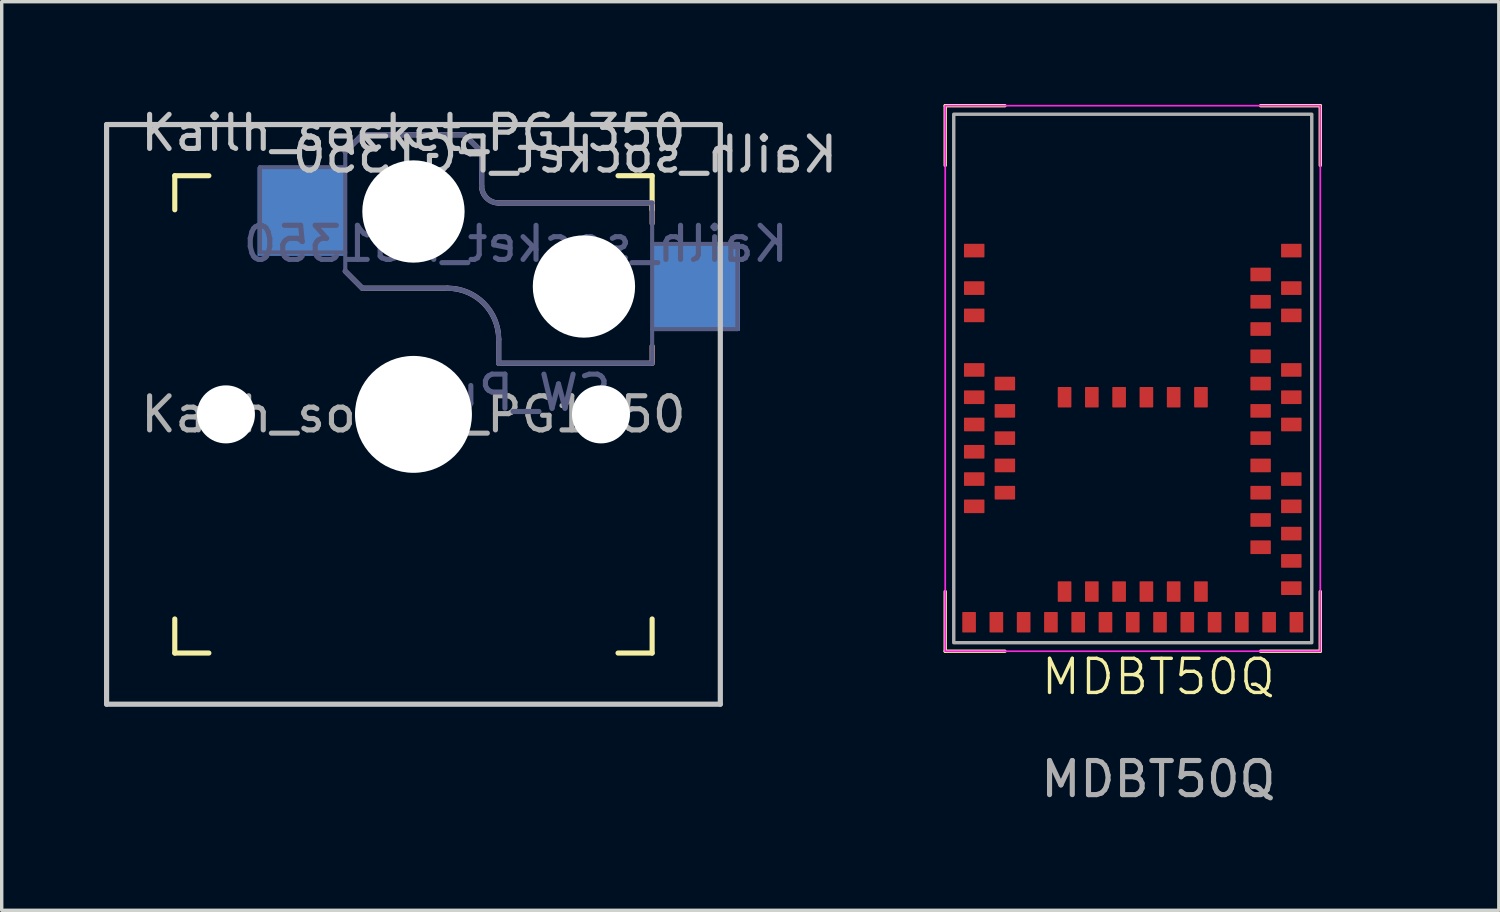
<source format=kicad_pcb>
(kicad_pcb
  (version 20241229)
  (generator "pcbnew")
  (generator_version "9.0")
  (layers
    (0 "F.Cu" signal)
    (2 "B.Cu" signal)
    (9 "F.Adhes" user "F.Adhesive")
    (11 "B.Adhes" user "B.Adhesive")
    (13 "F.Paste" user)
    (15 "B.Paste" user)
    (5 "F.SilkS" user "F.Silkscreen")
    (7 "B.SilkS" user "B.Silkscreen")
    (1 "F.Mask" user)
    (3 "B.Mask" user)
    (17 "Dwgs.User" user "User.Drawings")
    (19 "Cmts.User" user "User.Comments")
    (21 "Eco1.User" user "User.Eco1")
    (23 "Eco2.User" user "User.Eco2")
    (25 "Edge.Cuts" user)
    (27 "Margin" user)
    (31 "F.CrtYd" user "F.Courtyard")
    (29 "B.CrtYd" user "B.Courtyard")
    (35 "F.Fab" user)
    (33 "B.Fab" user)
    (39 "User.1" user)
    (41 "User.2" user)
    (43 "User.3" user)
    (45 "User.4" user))
  (footprint "MDBT50Q"
    (layer "F.Cu")
    (at 24.922 15.8)
    (property "Reference" "MDBT50Q" (at 6 1 0) (unlocked yes) (layer "F.SilkS") (effects (font (size 1 1) (thickness 0.1))))
    (attr smd)
    (fp_line (start -0.25 -15.75) (end -0.25 -14) (stroke (width 0.1) (type default)) (layer "F.SilkS"))
    (fp_line (start -0.25 -1.5) (end -0.25 0.25) (stroke (width 0.1) (type default)) (layer "F.SilkS"))
    (fp_line (start -0.25 0.25) (end 1.5 0.25) (stroke (width 0.1) (type default)) (layer "F.SilkS"))
    (fp_line (start 1.5 -15.75) (end -0.25 -15.75) (stroke (width 0.1) (type default)) (layer "F.SilkS"))
    (fp_line (start 9 -15.75) (end 10.75 -15.75) (stroke (width 0.1) (type default)) (layer "F.SilkS"))
    (fp_line (start 10.75 -15.75) (end 10.75 -14) (stroke (width 0.1) (type default)) (layer "F.SilkS"))
    (fp_line (start 10.75 -1.5) (end 10.75 0.25) (stroke (width 0.1) (type default)) (layer "F.SilkS"))
    (fp_line (start 10.75 0.25) (end 9 0.25) (stroke (width 0.1) (type default)) (layer "F.SilkS"))
    (fp_rect (start -0.25 -15.75) (end 10.75 0.25) (stroke (width 0.05) (type default)) (fill no) (layer "F.CrtYd"))
    (fp_rect (start 0 -15.5) (end 10.5 0) (stroke (width 0.1) (type solid)) (fill no) (layer "F.Fab"))
    (fp_rect (start 2.95 -11.7) (end 4.55 -10.5) (stroke (width 0.1) (type solid)) (fill no) (layer "User.1"))
    (fp_text user "${REFERENCE}" (at 6 4 0) (unlocked yes) (layer "F.Fab") (effects (font (size 1 1) (thickness 0.15))))
    (fp_text user "Toplayer no ground plane" (at 3 -9.5 0) (unlocked yes) (layer "User.1") (effects (font (size 0.5 0.5) (thickness 0.1)) (justify left bottom)))
    (pad "1" smd roundrect (at 0.6 -11.5 180) (size 0.6 0.4) (layers "F.Cu" "F.Mask" "F.Paste") (roundrect_rratio 0.05))
    (pad "2" smd roundrect (at 0.6 -10.4 180) (size 0.6 0.4) (layers "F.Cu" "F.Mask" "F.Paste") (roundrect_rratio 0.05))
    (pad "3" smd roundrect (at 0.6 -9.6 180) (size 0.6 0.4) (layers "F.Cu" "F.Mask" "F.Paste") (roundrect_rratio 0.05))
    (pad "4" smd roundrect (at 0.6 -8 180) (size 0.6 0.4) (layers "F.Cu" "F.Mask" "F.Paste") (roundrect_rratio 0.05))
    (pad "5" smd roundrect (at 1.5 -7.6 180) (size 0.6 0.4) (layers "F.Cu" "F.Mask" "F.Paste") (roundrect_rratio 0.05))
    (pad "6" smd roundrect (at 0.6 -7.2 180) (size 0.6 0.4) (layers "F.Cu" "F.Mask" "F.Paste") (roundrect_rratio 0.05))
    (pad "7" smd roundrect (at 1.5 -6.8 180) (size 0.6 0.4) (layers "F.Cu" "F.Mask" "F.Paste") (roundrect_rratio 0.05))
    (pad "8" smd roundrect (at 0.6 -6.4 180) (size 0.6 0.4) (layers "F.Cu" "F.Mask" "F.Paste") (roundrect_rratio 0.05))
    (pad "9" smd roundrect (at 1.5 -6 180) (size 0.6 0.4) (layers "F.Cu" "F.Mask" "F.Paste") (roundrect_rratio 0.05))
    (pad "10" smd roundrect (at 0.6 -5.6 180) (size 0.6 0.4) (layers "F.Cu" "F.Mask" "F.Paste") (roundrect_rratio 0.05))
    (pad "11" smd roundrect (at 1.5 -5.2 180) (size 0.6 0.4) (layers "F.Cu" "F.Mask" "F.Paste") (roundrect_rratio 0.05))
    (pad "12" smd roundrect (at 0.6 -4.8 180) (size 0.6 0.4) (layers "F.Cu" "F.Mask" "F.Paste") (roundrect_rratio 0.05))
    (pad "13" smd roundrect (at 1.5 -4.4 180) (size 0.6 0.4) (layers "F.Cu" "F.Mask" "F.Paste") (roundrect_rratio 0.05))
    (pad "14" smd roundrect (at 0.6 -4 180) (size 0.6 0.4) (layers "F.Cu" "F.Mask" "F.Paste") (roundrect_rratio 0.05))
    (pad "15" smd roundrect (at 0.45 -0.6 90) (size 0.6 0.4) (layers "F.Cu" "F.Mask" "F.Paste") (roundrect_rratio 0.05))
    (pad "16" smd roundrect (at 1.25 -0.6 90) (size 0.6 0.4) (layers "F.Cu" "F.Mask" "F.Paste") (roundrect_rratio 0.05))
    (pad "17" smd roundrect (at 2.05 -0.6 90) (size 0.6 0.4) (layers "F.Cu" "F.Mask" "F.Paste") (roundrect_rratio 0.05))
    (pad "18" smd roundrect (at 2.85 -0.6 90) (size 0.6 0.4) (layers "F.Cu" "F.Mask" "F.Paste") (roundrect_rratio 0.05))
    (pad "19" smd roundrect (at 3.25 -1.5 90) (size 0.6 0.4) (layers "F.Cu" "F.Mask" "F.Paste") (roundrect_rratio 0.05))
    (pad "20" smd roundrect (at 3.65 -0.6 90) (size 0.6 0.4) (layers "F.Cu" "F.Mask" "F.Paste") (roundrect_rratio 0.05))
    (pad "21" smd roundrect (at 4.05 -1.5 90) (size 0.6 0.4) (layers "F.Cu" "F.Mask" "F.Paste") (roundrect_rratio 0.05))
    (pad "22" smd roundrect (at 4.45 -0.6 90) (size 0.6 0.4) (layers "F.Cu" "F.Mask" "F.Paste") (roundrect_rratio 0.05))
    (pad "23" smd roundrect (at 4.85 -1.5 90) (size 0.6 0.4) (layers "F.Cu" "F.Mask" "F.Paste") (roundrect_rratio 0.05))
    (pad "24" smd roundrect (at 5.25 -0.6 90) (size 0.6 0.4) (layers "F.Cu" "F.Mask" "F.Paste") (roundrect_rratio 0.05))
    (pad "25" smd roundrect (at 5.65 -1.5 90) (size 0.6 0.4) (layers "F.Cu" "F.Mask" "F.Paste") (roundrect_rratio 0.05))
    (pad "26" smd roundrect (at 6.05 -0.6 90) (size 0.6 0.4) (layers "F.Cu" "F.Mask" "F.Paste") (roundrect_rratio 0.05))
    (pad "27" smd roundrect (at 6.45 -1.5 90) (size 0.6 0.4) (layers "F.Cu" "F.Mask" "F.Paste") (roundrect_rratio 0.05))
    (pad "28" smd roundrect (at 6.85 -0.6 90) (size 0.6 0.4) (layers "F.Cu" "F.Mask" "F.Paste") (roundrect_rratio 0.05))
    (pad "29" smd roundrect (at 7.25 -1.5 90) (size 0.6 0.4) (layers "F.Cu" "F.Mask" "F.Paste") (roundrect_rratio 0.05))
    (pad "30" smd roundrect (at 7.65 -0.6 90) (size 0.6 0.4) (layers "F.Cu" "F.Mask" "F.Paste") (roundrect_rratio 0.05))
    (pad "31" smd roundrect (at 8.45 -0.6 90) (size 0.6 0.4) (layers "F.Cu" "F.Mask" "F.Paste") (roundrect_rratio 0.05))
    (pad "32" smd roundrect (at 9.25 -0.6 90) (size 0.6 0.4) (layers "F.Cu" "F.Mask" "F.Paste") (roundrect_rratio 0.05))
    (pad "33" smd roundrect (at 10.05 -0.6 90) (size 0.6 0.4) (layers "F.Cu" "F.Mask" "F.Paste") (roundrect_rratio 0.05))
    (pad "34" smd roundrect (at 9.9 -1.6 180) (size 0.6 0.4) (layers "F.Cu" "F.Mask" "F.Paste") (roundrect_rratio 0.05))
    (pad "35" smd roundrect (at 9.9 -2.4 180) (size 0.6 0.4) (layers "F.Cu" "F.Mask" "F.Paste") (roundrect_rratio 0.05))
    (pad "36" smd roundrect (at 9 -2.8 180) (size 0.6 0.4) (layers "F.Cu" "F.Mask" "F.Paste") (roundrect_rratio 0.05))
    (pad "37" smd roundrect (at 9.9 -3.2 180) (size 0.6 0.4) (layers "F.Cu" "F.Mask" "F.Paste") (roundrect_rratio 0.05))
    (pad "38" smd roundrect (at 9 -3.6 180) (size 0.6 0.4) (layers "F.Cu" "F.Mask" "F.Paste") (roundrect_rratio 0.05))
    (pad "39" smd roundrect (at 9.9 -4 180) (size 0.6 0.4) (layers "F.Cu" "F.Mask" "F.Paste") (roundrect_rratio 0.05))
    (pad "40" smd roundrect (at 9 -4.4 180) (size 0.6 0.4) (layers "F.Cu" "F.Mask" "F.Paste") (roundrect_rratio 0.05))
    (pad "41" smd roundrect (at 9.9 -4.8 180) (size 0.6 0.4) (layers "F.Cu" "F.Mask" "F.Paste") (roundrect_rratio 0.05))
    (pad "42" smd roundrect (at 9 -5.2 180) (size 0.6 0.4) (layers "F.Cu" "F.Mask" "F.Paste") (roundrect_rratio 0.05))
    (pad "43" smd roundrect (at 9 -6 180) (size 0.6 0.4) (layers "F.Cu" "F.Mask" "F.Paste") (roundrect_rratio 0.05))
    (pad "44" smd roundrect (at 9.9 -6.4 180) (size 0.6 0.4) (layers "F.Cu" "F.Mask" "F.Paste") (roundrect_rratio 0.05))
    (pad "45" smd roundrect (at 9 -6.8 180) (size 0.6 0.4) (layers "F.Cu" "F.Mask" "F.Paste") (roundrect_rratio 0.05))
    (pad "46" smd roundrect (at 9.9 -7.2 180) (size 0.6 0.4) (layers "F.Cu" "F.Mask" "F.Paste") (roundrect_rratio 0.05))
    (pad "47" smd roundrect (at 9 -7.6 180) (size 0.6 0.4) (layers "F.Cu" "F.Mask" "F.Paste") (roundrect_rratio 0.05))
    (pad "48" smd roundrect (at 9.9 -8 180) (size 0.6 0.4) (layers "F.Cu" "F.Mask" "F.Paste") (roundrect_rratio 0.05))
    (pad "49" smd roundrect (at 9 -8.4 180) (size 0.6 0.4) (layers "F.Cu" "F.Mask" "F.Paste") (roundrect_rratio 0.05))
    (pad "50" smd roundrect (at 9 -9.2 180) (size 0.6 0.4) (layers "F.Cu" "F.Mask" "F.Paste") (roundrect_rratio 0.05))
    (pad "51" smd roundrect (at 9.9 -9.6 180) (size 0.6 0.4) (layers "F.Cu" "F.Mask" "F.Paste") (roundrect_rratio 0.05))
    (pad "52" smd roundrect (at 9 -10 180) (size 0.6 0.4) (layers "F.Cu" "F.Mask" "F.Paste") (roundrect_rratio 0.05))
    (pad "53" smd roundrect (at 9.9 -10.4 180) (size 0.6 0.4) (layers "F.Cu" "F.Mask" "F.Paste") (roundrect_rratio 0.05))
    (pad "54" smd roundrect (at 9 -10.8 180) (size 0.6 0.4) (layers "F.Cu" "F.Mask" "F.Paste") (roundrect_rratio 0.05))
    (pad "55" smd roundrect (at 9.9 -11.5 180) (size 0.6 0.4) (layers "F.Cu" "F.Mask" "F.Paste") (roundrect_rratio 0.05))
    (pad "56" smd roundrect (at 3.25 -7.2 90) (size 0.6 0.4) (layers "F.Cu" "F.Mask" "F.Paste") (roundrect_rratio 0.05))
    (pad "57" smd roundrect (at 4.05 -7.2 90) (size 0.6 0.4) (layers "F.Cu" "F.Mask" "F.Paste") (roundrect_rratio 0.05))
    (pad "58" smd roundrect (at 4.85 -7.2 90) (size 0.6 0.4) (layers "F.Cu" "F.Mask" "F.Paste") (roundrect_rratio 0.05))
    (pad "59" smd roundrect (at 5.65 -7.2 90) (size 0.6 0.4) (layers "F.Cu" "F.Mask" "F.Paste") (roundrect_rratio 0.05))
    (pad "60" smd roundrect (at 6.45 -7.2 90) (size 0.6 0.4) (layers "F.Cu" "F.Mask" "F.Paste") (roundrect_rratio 0.05))
    (pad "61" smd roundrect (at 7.25 -7.2 90) (size 0.6 0.4) (layers "F.Cu" "F.Mask" "F.Paste") (roundrect_rratio 0.05)))
  (footprint "Kailh_socket_PG1350"
    (layer "F.Cu")
    (at 9.076 9.103)
    (property "Reference" "Kailh_socket_PG1350" (at 0 -8.255 0) (layer "Dwgs.User") (effects (font (size 1 1) (thickness 0.15))))
    (property "Value" "SW_Push" (at 0 8.25 0) (layer "F.Fab") (hide yes) (effects (font (size 1 1) (thickness 0.15))))
    (attr through_hole)
    (fp_line (start -7 -6) (end -7 -7) (stroke (width 0.15) (type solid)) (layer "F.SilkS"))
    (fp_line (start -7 7) (end -7 6) (stroke (width 0.15) (type solid)) (layer "F.SilkS"))
    (fp_line (start -7 7) (end -6 7) (stroke (width 0.15) (type solid)) (layer "F.SilkS"))
    (fp_line (start -6 -7) (end -7 -7) (stroke (width 0.15) (type solid)) (layer "F.SilkS"))
    (fp_line (start 6 7) (end 7 7) (stroke (width 0.15) (type solid)) (layer "F.SilkS"))
    (fp_line (start 7 -7) (end 6 -7) (stroke (width 0.15) (type solid)) (layer "F.SilkS"))
    (fp_line (start 7 -7) (end 7 -6) (stroke (width 0.15) (type solid)) (layer "F.SilkS"))
    (fp_line (start 7 6) (end 7 7) (stroke (width 0.15) (type solid)) (layer "F.SilkS"))
    (fp_line (start -2 -7.7) (end -1.5 -8.2) (stroke (width 0.15) (type solid)) (layer "B.SilkS"))
    (fp_line (start -2 -4.2) (end -1.5 -3.7) (stroke (width 0.15) (type solid)) (layer "B.SilkS"))
    (fp_line (start -1.5 -8.2) (end 1.5 -8.2) (stroke (width 0.15) (type solid)) (layer "B.SilkS"))
    (fp_line (start -1.5 -3.7) (end 1 -3.7) (stroke (width 0.15) (type solid)) (layer "B.SilkS"))
    (fp_line (start 1.5 -8.2) (end 2 -7.7) (stroke (width 0.15) (type solid)) (layer "B.SilkS"))
    (fp_line (start 2 -6.7) (end 2 -7.7) (stroke (width 0.15) (type solid)) (layer "B.SilkS"))
    (fp_line (start 2.5 -2.2) (end 2.5 -1.5) (stroke (width 0.15) (type solid)) (layer "B.SilkS"))
    (fp_line (start 2.5 -1.5) (end 7 -1.5) (stroke (width 0.15) (type solid)) (layer "B.SilkS"))
    (fp_line (start 7 -6.2) (end 2.5 -6.2) (stroke (width 0.15) (type solid)) (layer "B.SilkS"))
    (fp_line (start 7 -5.6) (end 7 -6.2) (stroke (width 0.15) (type solid)) (layer "B.SilkS"))
    (fp_line (start 7 -1.5) (end 7 -2) (stroke (width 0.15) (type solid)) (layer "B.SilkS"))
    (fp_arc (start 1 -3.7) (mid 2.06066 -3.26066) (end 2.5 -2.2) (stroke (width 0.15) (type solid)) (layer "B.SilkS"))
    (fp_arc (start 2.5 -6.2) (mid 2.146447 -6.346447) (end 2 -6.7) (stroke (width 0.15) (type solid)) (layer "B.SilkS"))
    (fp_line (start -9 -8.5) (end 9 -8.5) (stroke (width 0.152) (type solid)) (layer "Dwgs.User"))
    (fp_line (start -9 8.5) (end -9 -8.5) (stroke (width 0.152) (type solid)) (layer "Dwgs.User"))
    (fp_line (start 9 -8.5) (end 9 8.5) (stroke (width 0.152) (type solid)) (layer "Dwgs.User"))
    (fp_line (start 9 8.5) (end -9 8.5) (stroke (width 0.152) (type solid)) (layer "Dwgs.User"))
    (fp_line (start -6.9 6.9) (end -6.9 -6.9) (stroke (width 0.15) (type solid)) (layer "Eco2.User"))
    (fp_line (start -6.9 6.9) (end 6.9 6.9) (stroke (width 0.15) (type solid)) (layer "Eco2.User"))
    (fp_line (start -2.6 3.1) (end 2.6 3.1) (stroke (width 0.15) (type solid)) (layer "Eco2.User"))
    (fp_line (start -2.6 6.3) (end -2.6 3.1) (stroke (width 0.15) (type solid)) (layer "Eco2.User"))
    (fp_line (start 2.6 6.3) (end -2.6 6.3) (stroke (width 0.15) (type solid)) (layer "Eco2.User"))
    (fp_line (start 2.6 6.3) (end 2.6 3.1) (stroke (width 0.15) (type solid)) (layer "Eco2.User"))
    (fp_line (start 6.9 -6.9) (end -6.9 -6.9) (stroke (width 0.15) (type solid)) (layer "Eco2.User"))
    (fp_line (start 6.9 -6.9) (end 6.9 6.9) (stroke (width 0.15) (type solid)) (layer "Eco2.User"))
    (fp_line (start -4.5 -7.25) (end -2 -7.25) (stroke (width 0.12) (type solid)) (layer "B.Fab"))
    (fp_line (start -4.5 -4.75) (end -4.5 -7.25) (stroke (width 0.12) (type solid)) (layer "B.Fab"))
    (fp_line (start -2 -7.7) (end -1.5 -8.2) (stroke (width 0.15) (type solid)) (layer "B.Fab"))
    (fp_line (start -2 -4.75) (end -4.5 -4.75) (stroke (width 0.12) (type solid)) (layer "B.Fab"))
    (fp_line (start -2 -4.25) (end -2 -7.7) (stroke (width 0.12) (type solid)) (layer "B.Fab"))
    (fp_line (start -2 -4.2) (end -1.5 -3.7) (stroke (width 0.15) (type solid)) (layer "B.Fab"))
    (fp_line (start -1.5 -8.2) (end 1.5 -8.2) (stroke (width 0.15) (type solid)) (layer "B.Fab"))
    (fp_line (start -1.5 -3.7) (end 1 -3.7) (stroke (width 0.15) (type solid)) (layer "B.Fab"))
    (fp_line (start 1.5 -8.2) (end 2 -7.7) (stroke (width 0.15) (type solid)) (layer "B.Fab"))
    (fp_line (start 2 -6.7) (end 2 -7.7) (stroke (width 0.15) (type solid)) (layer "B.Fab"))
    (fp_line (start 2.5 -2.2) (end 2.5 -1.5) (stroke (width 0.15) (type solid)) (layer "B.Fab"))
    (fp_line (start 2.5 -1.5) (end 7 -1.5) (stroke (width 0.15) (type solid)) (layer "B.Fab"))
    (fp_line (start 7 -6.2) (end 2.5 -6.2) (stroke (width 0.15) (type solid)) (layer "B.Fab"))
    (fp_line (start 7 -5) (end 9.5 -5) (stroke (width 0.12) (type solid)) (layer "B.Fab"))
    (fp_line (start 7 -1.5) (end 7 -6.2) (stroke (width 0.12) (type solid)) (layer "B.Fab"))
    (fp_line (start 9.5 -5) (end 9.5 -2.5) (stroke (width 0.12) (type solid)) (layer "B.Fab"))
    (fp_line (start 9.5 -2.5) (end 7 -2.5) (stroke (width 0.12) (type solid)) (layer "B.Fab"))
    (fp_arc (start 1 -3.7) (mid 2.06066 -3.26066) (end 2.5 -2.2) (stroke (width 0.15) (type solid)) (layer "B.Fab"))
    (fp_arc (start 2.5 -6.2) (mid 2.146447 -6.346447) (end 2 -6.7) (stroke (width 0.15) (type solid)) (layer "B.Fab"))
    (fp_text user "${REFERENCE}" (at 4.445 -7.62 0) (layer "Dwgs.User") (effects (font (size 1 1) (thickness 0.15)) (justify mirror)))
    (fp_text user "${VALUE}" (at 2.54 -0.635 0) (layer "B.Fab") (effects (font (size 1 1) (thickness 0.15)) (justify mirror)))
    (fp_text user "${REFERENCE}" (at 3 -5 180) (layer "B.Fab") (effects (font (size 1 1) (thickness 0.15)) (justify mirror)))
    (fp_text user "${REFERENCE}" (at 0 0 0) (layer "F.Fab") (effects (font (size 1 1) (thickness 0.15))))
    (pad "" np_thru_hole circle (at -5.5 0) (size 1.702 1.702) (drill 1.702) (layers "*.Cu" "*.Mask"))
    (pad "" np_thru_hole circle (at 0 -5.95) (size 3 3) (drill 3) (layers "*.Cu" "*.Mask"))
    (pad "" np_thru_hole circle (at 0 0) (size 3.429 3.429) (drill 3.429) (layers "*.Cu" "*.Mask"))
    (pad "" np_thru_hole circle (at 5 -3.75) (size 3 3) (drill 3) (layers "*.Cu" "*.Mask"))
    (pad "" np_thru_hole circle (at 5.5 0) (size 1.702 1.702) (drill 1.702) (layers "*.Cu" "*.Mask"))
    (pad "1" smd rect (at -3.275 -5.95) (size 2.6 2.6) (layers "B.Cu" "B.Mask" "B.Paste"))
    (pad "2" smd rect (at 8.275 -3.75) (size 2.6 2.6) (layers "B.Cu" "B.Mask" "B.Paste")))
  (gr_rect
    (start -3 -3)
    (end 40.908 23.648)
    (stroke (width 0.1) (type default))
    (fill no)
    (layer "Edge.Cuts")))
</source>
